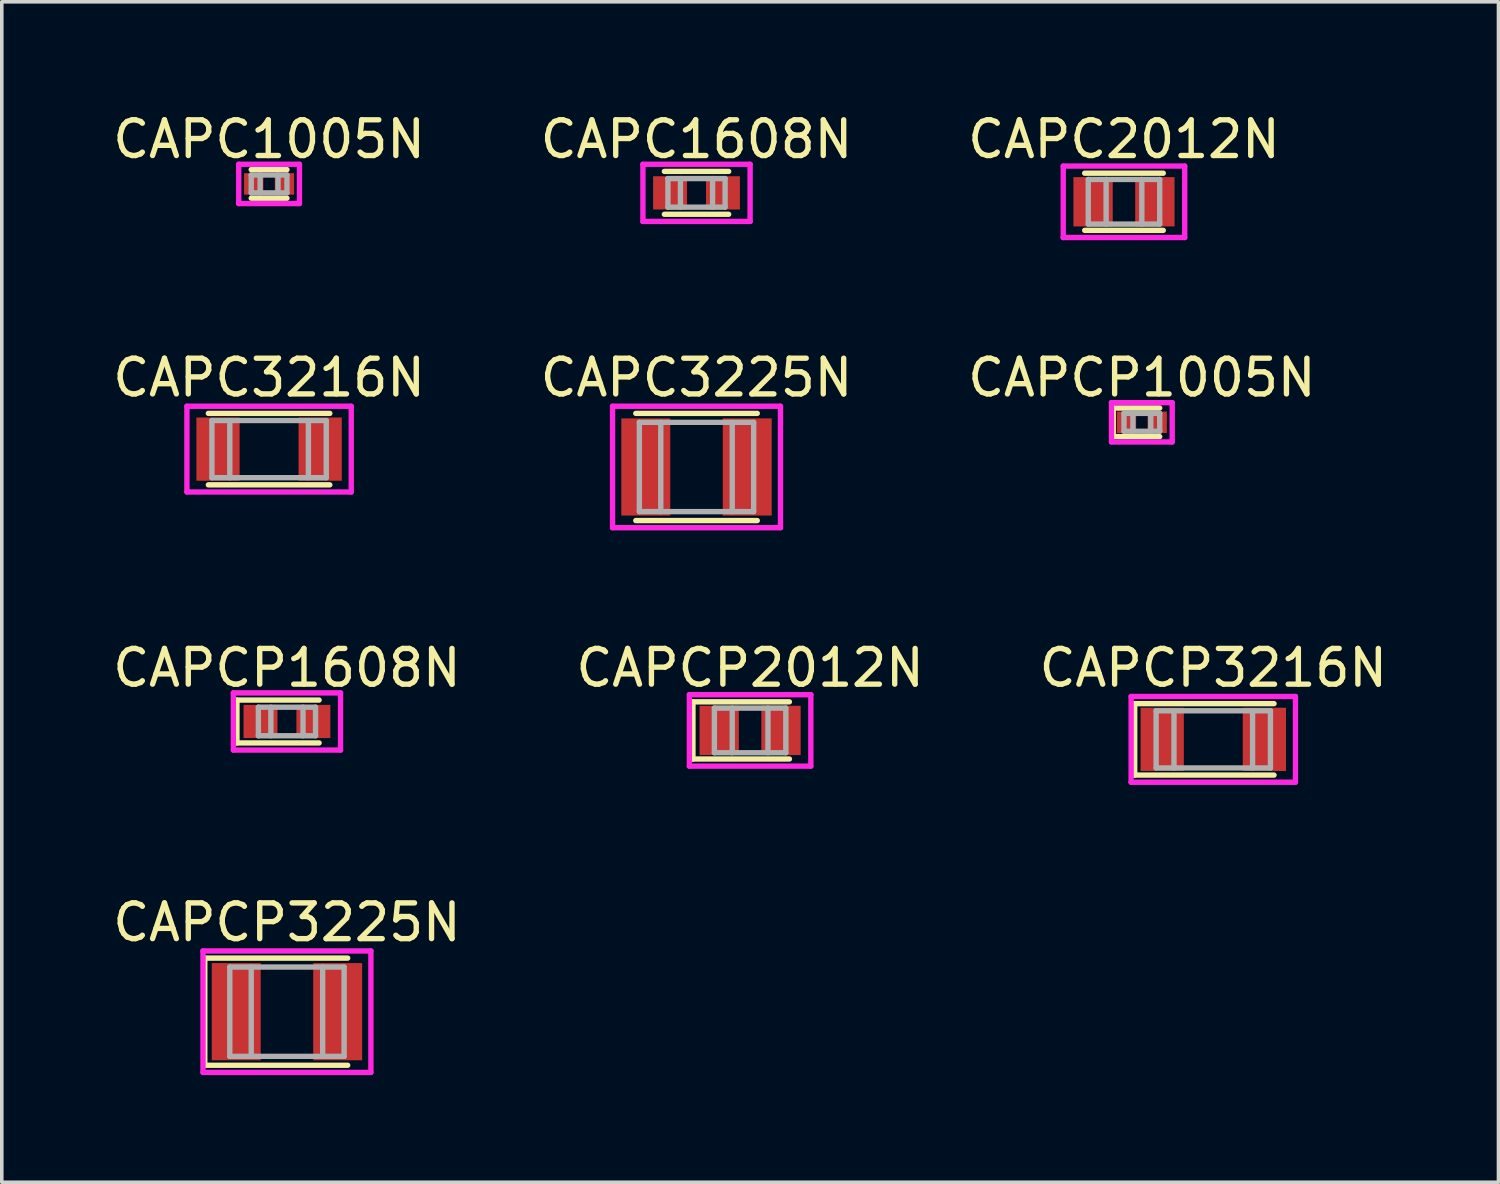
<source format=kicad_pcb>
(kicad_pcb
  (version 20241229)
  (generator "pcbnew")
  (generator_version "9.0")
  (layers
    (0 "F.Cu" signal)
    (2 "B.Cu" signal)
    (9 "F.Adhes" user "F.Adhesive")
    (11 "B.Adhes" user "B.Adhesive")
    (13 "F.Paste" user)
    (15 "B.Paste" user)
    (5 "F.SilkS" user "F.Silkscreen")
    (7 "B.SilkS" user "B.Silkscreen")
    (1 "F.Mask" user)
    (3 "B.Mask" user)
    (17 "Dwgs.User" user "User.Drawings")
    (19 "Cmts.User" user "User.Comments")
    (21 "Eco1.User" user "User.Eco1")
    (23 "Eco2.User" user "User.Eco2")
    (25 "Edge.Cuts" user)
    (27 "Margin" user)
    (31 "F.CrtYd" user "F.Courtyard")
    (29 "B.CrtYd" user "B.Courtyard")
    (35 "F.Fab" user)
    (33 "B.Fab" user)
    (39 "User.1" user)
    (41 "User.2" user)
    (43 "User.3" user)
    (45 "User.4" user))
  (footprint "CAPCP1005N"
    (layer "F.Cu")
    (at 28.911 8.771)
    (property "Reference" "CAPCP1005N" (at 0 -1.25 0) (layer "F.SilkS") (effects (font (size 1 1) (thickness 0.15))))
    (attr through_hole)
    (fp_line (start -0.8 -0.4) (end -0.8 0.4) (stroke (width 0.15) (type solid)) (layer "F.SilkS"))
    (fp_line (start 0.5 -0.4) (end -0.8 -0.4) (stroke (width 0.15) (type solid)) (layer "F.SilkS"))
    (fp_line (start 0.5 0.4) (end -0.8 0.4) (stroke (width 0.15) (type solid)) (layer "F.SilkS"))
    (fp_line (start -0.85 -0.55) (end -0.85 0.55) (stroke (width 0.15) (type solid)) (layer "F.CrtYd"))
    (fp_line (start -0.85 0.55) (end 0.85 0.55) (stroke (width 0.15) (type solid)) (layer "F.CrtYd"))
    (fp_line (start 0.85 -0.55) (end -0.85 -0.55) (stroke (width 0.15) (type solid)) (layer "F.CrtYd"))
    (fp_line (start 0.85 0.55) (end 0.85 -0.55) (stroke (width 0.15) (type solid)) (layer "F.CrtYd"))
    (fp_line (start -0.5 -0.25) (end 0.5 -0.25) (stroke (width 0.15) (type solid)) (layer "F.Fab"))
    (fp_line (start -0.5 0.25) (end -0.5 -0.25) (stroke (width 0.15) (type solid)) (layer "F.Fab"))
    (fp_line (start -0.25 -0.25) (end -0.25 0.25) (stroke (width 0.15) (type solid)) (layer "F.Fab"))
    (fp_line (start 0.25 0.25) (end 0.25 -0.25) (stroke (width 0.15) (type solid)) (layer "F.Fab"))
    (fp_line (start 0.5 -0.25) (end 0.5 0.25) (stroke (width 0.15) (type solid)) (layer "F.Fab"))
    (fp_line (start 0.5 0.25) (end -0.5 0.25) (stroke (width 0.15) (type solid)) (layer "F.Fab"))
    (pad "1" smd rect (at -0.43 0) (size 0.54 0.6) (layers "F.Cu" "F.Mask" "F.Paste"))
    (pad "2" smd rect (at 0.43 0) (size 0.54 0.6) (layers "F.Cu" "F.Mask" "F.Paste")))
  (footprint "CAPC1608N"
    (layer "F.Cu")
    (at 16.446 2.348)
    (property "Reference" "CAPC1608N" (at 0 -1.5 0) (layer "F.SilkS") (effects (font (size 1 1) (thickness 0.15))))
    (attr through_hole)
    (fp_line (start -0.9 -0.6) (end 0.9 -0.6) (stroke (width 0.15) (type solid)) (layer "F.SilkS"))
    (fp_line (start 0.9 0.6) (end -0.9 0.6) (stroke (width 0.15) (type solid)) (layer "F.SilkS"))
    (fp_line (start -1.5 -0.8) (end -1.5 0.8) (stroke (width 0.15) (type solid)) (layer "F.CrtYd"))
    (fp_line (start -1.5 0.8) (end 1.5 0.8) (stroke (width 0.15) (type solid)) (layer "F.CrtYd"))
    (fp_line (start 1.5 -0.8) (end -1.5 -0.8) (stroke (width 0.15) (type solid)) (layer "F.CrtYd"))
    (fp_line (start 1.5 0.8) (end 1.5 -0.8) (stroke (width 0.15) (type solid)) (layer "F.CrtYd"))
    (fp_line (start -0.8 -0.4) (end -0.8 0.4) (stroke (width 0.15) (type solid)) (layer "F.Fab"))
    (fp_line (start -0.8 0.4) (end 0.8 0.4) (stroke (width 0.15) (type solid)) (layer "F.Fab"))
    (fp_line (start -0.45 0.4) (end -0.45 -0.4) (stroke (width 0.15) (type solid)) (layer "F.Fab"))
    (fp_line (start 0.45 -0.4) (end 0.45 0.4) (stroke (width 0.15) (type solid)) (layer "F.Fab"))
    (fp_line (start 0.8 -0.4) (end -0.8 -0.4) (stroke (width 0.15) (type solid)) (layer "F.Fab"))
    (fp_line (start 0.8 0.4) (end 0.8 -0.4) (stroke (width 0.15) (type solid)) (layer "F.Fab"))
    (pad "1" smd rect (at -0.74 0) (size 0.95 0.93) (layers "F.Cu" "F.Mask" "F.Paste"))
    (pad "2" smd rect (at 0.74 0) (size 0.95 0.93) (layers "F.Cu" "F.Mask" "F.Paste")))
  (footprint "CAPCP1608N"
    (layer "F.Cu")
    (at 4.982 17.145)
    (property "Reference" "CAPCP1608N" (at 0 -1.5 0) (layer "F.SilkS") (effects (font (size 1 1) (thickness 0.15))))
    (attr through_hole)
    (fp_line (start -1.4 -0.6) (end -1.4 0.6) (stroke (width 0.15) (type solid)) (layer "F.SilkS"))
    (fp_line (start 0.9 -0.6) (end -1.4 -0.6) (stroke (width 0.15) (type solid)) (layer "F.SilkS"))
    (fp_line (start 0.9 0.6) (end -1.4 0.6) (stroke (width 0.15) (type solid)) (layer "F.SilkS"))
    (fp_line (start -1.5 -0.8) (end -1.5 0.8) (stroke (width 0.15) (type solid)) (layer "F.CrtYd"))
    (fp_line (start -1.5 0.8) (end 1.5 0.8) (stroke (width 0.15) (type solid)) (layer "F.CrtYd"))
    (fp_line (start 1.5 -0.8) (end -1.5 -0.8) (stroke (width 0.15) (type solid)) (layer "F.CrtYd"))
    (fp_line (start 1.5 0.8) (end 1.5 -0.8) (stroke (width 0.15) (type solid)) (layer "F.CrtYd"))
    (fp_line (start -0.8 -0.4) (end -0.8 0.4) (stroke (width 0.15) (type solid)) (layer "F.Fab"))
    (fp_line (start -0.8 0.4) (end 0.8 0.4) (stroke (width 0.15) (type solid)) (layer "F.Fab"))
    (fp_line (start -0.45 0.4) (end -0.45 -0.4) (stroke (width 0.15) (type solid)) (layer "F.Fab"))
    (fp_line (start 0.45 -0.4) (end 0.45 0.4) (stroke (width 0.15) (type solid)) (layer "F.Fab"))
    (fp_line (start 0.8 -0.4) (end -0.8 -0.4) (stroke (width 0.15) (type solid)) (layer "F.Fab"))
    (fp_line (start 0.8 0.4) (end 0.8 -0.4) (stroke (width 0.15) (type solid)) (layer "F.Fab"))
    (pad "1" smd rect (at -0.74 0) (size 0.95 0.93) (layers "F.Cu" "F.Mask" "F.Paste"))
    (pad "2" smd rect (at 0.74 0) (size 0.95 0.93) (layers "F.Cu" "F.Mask" "F.Paste")))
  (footprint "CAPC2012N"
    (layer "F.Cu")
    (at 28.411 2.598)
    (property "Reference" "CAPC2012N" (at 0 -1.75 0) (layer "F.SilkS") (effects (font (size 1 1) (thickness 0.15))))
    (attr through_hole)
    (fp_line (start -1.1 -0.8) (end 1.1 -0.8) (stroke (width 0.15) (type solid)) (layer "F.SilkS"))
    (fp_line (start 1.1 0.8) (end -1.1 0.8) (stroke (width 0.15) (type solid)) (layer "F.SilkS"))
    (fp_line (start -1.7 -1) (end 1.7 -1) (stroke (width 0.15) (type solid)) (layer "F.CrtYd"))
    (fp_line (start -1.7 1) (end -1.7 -1) (stroke (width 0.15) (type solid)) (layer "F.CrtYd"))
    (fp_line (start 1.7 -1) (end 1.7 1) (stroke (width 0.15) (type solid)) (layer "F.CrtYd"))
    (fp_line (start 1.7 1) (end -1.7 1) (stroke (width 0.15) (type solid)) (layer "F.CrtYd"))
    (fp_line (start -1 -0.625) (end 1 -0.625) (stroke (width 0.15) (type solid)) (layer "F.Fab"))
    (fp_line (start -1 0.625) (end -1 -0.625) (stroke (width 0.15) (type solid)) (layer "F.Fab"))
    (fp_line (start -0.5 -0.625) (end -0.5 0.625) (stroke (width 0.15) (type solid)) (layer "F.Fab"))
    (fp_line (start 0.5 0.625) (end 0.5 -0.625) (stroke (width 0.15) (type solid)) (layer "F.Fab"))
    (fp_line (start 1 -0.625) (end 1 0.625) (stroke (width 0.15) (type solid)) (layer "F.Fab"))
    (fp_line (start 1 0.625) (end -1 0.625) (stroke (width 0.15) (type solid)) (layer "F.Fab"))
    (pad "1" smd rect (at -0.865 0) (size 1.1 1.38) (layers "F.Cu" "F.Mask" "F.Paste"))
    (pad "2" smd rect (at 0.865 0) (size 1.1 1.38) (layers "F.Cu" "F.Mask" "F.Paste")))
  (footprint "CAPC3225N"
    (layer "F.Cu")
    (at 16.446 10.021)
    (property "Reference" "CAPC3225N" (at 0 -2.5 0) (layer "F.SilkS") (effects (font (size 1 1) (thickness 0.15))))
    (attr through_hole)
    (fp_line (start -1.7 -1.5) (end 1.7 -1.5) (stroke (width 0.15) (type solid)) (layer "F.SilkS"))
    (fp_line (start 1.7 1.5) (end -1.7 1.5) (stroke (width 0.15) (type solid)) (layer "F.SilkS"))
    (fp_line (start -2.35 -1.7) (end 2.35 -1.7) (stroke (width 0.15) (type solid)) (layer "F.CrtYd"))
    (fp_line (start -2.35 1.7) (end -2.35 -1.7) (stroke (width 0.15) (type solid)) (layer "F.CrtYd"))
    (fp_line (start 2.35 -1.7) (end 2.35 1.7) (stroke (width 0.15) (type solid)) (layer "F.CrtYd"))
    (fp_line (start 2.35 1.7) (end -2.35 1.7) (stroke (width 0.15) (type solid)) (layer "F.CrtYd"))
    (fp_line (start -1.6 -1.25) (end 1.6 -1.25) (stroke (width 0.15) (type solid)) (layer "F.Fab"))
    (fp_line (start -1.6 1.25) (end -1.6 -1.25) (stroke (width 0.15) (type solid)) (layer "F.Fab"))
    (fp_line (start -1 -1.25) (end -1 1.25) (stroke (width 0.15) (type solid)) (layer "F.Fab"))
    (fp_line (start 1 1.25) (end 1 -1.25) (stroke (width 0.15) (type solid)) (layer "F.Fab"))
    (fp_line (start 1.6 -1.25) (end 1.6 1.25) (stroke (width 0.15) (type solid)) (layer "F.Fab"))
    (fp_line (start 1.6 1.25) (end -1.6 1.25) (stroke (width 0.15) (type solid)) (layer "F.Fab"))
    (pad "1" smd rect (at -1.42 0) (size 1.37 2.72) (layers "F.Cu" "F.Mask" "F.Paste"))
    (pad "2" smd rect (at 1.42 0) (size 1.37 2.72) (layers "F.Cu" "F.Mask" "F.Paste")))
  (footprint "CAPC1005N"
    (layer "F.Cu")
    (at 4.482 2.098)
    (property "Reference" "CAPC1005N" (at 0 -1.25 0) (layer "F.SilkS") (effects (font (size 1 1) (thickness 0.15))))
    (attr through_hole)
    (fp_line (start -0.5 -0.4) (end 0.5 -0.4) (stroke (width 0.15) (type solid)) (layer "F.SilkS"))
    (fp_line (start -0.5 0.4) (end 0.5 0.4) (stroke (width 0.15) (type solid)) (layer "F.SilkS"))
    (fp_line (start -0.85 -0.55) (end -0.85 0.55) (stroke (width 0.15) (type solid)) (layer "F.CrtYd"))
    (fp_line (start -0.85 0.55) (end 0.85 0.55) (stroke (width 0.15) (type solid)) (layer "F.CrtYd"))
    (fp_line (start 0.85 -0.55) (end -0.85 -0.55) (stroke (width 0.15) (type solid)) (layer "F.CrtYd"))
    (fp_line (start 0.85 0.55) (end 0.85 -0.55) (stroke (width 0.15) (type solid)) (layer "F.CrtYd"))
    (fp_line (start -0.5 -0.25) (end 0.5 -0.25) (stroke (width 0.15) (type solid)) (layer "F.Fab"))
    (fp_line (start -0.5 0.25) (end -0.5 -0.25) (stroke (width 0.15) (type solid)) (layer "F.Fab"))
    (fp_line (start -0.25 -0.25) (end -0.25 0.25) (stroke (width 0.15) (type solid)) (layer "F.Fab"))
    (fp_line (start 0.25 0.25) (end 0.25 -0.25) (stroke (width 0.15) (type solid)) (layer "F.Fab"))
    (fp_line (start 0.5 -0.25) (end 0.5 0.25) (stroke (width 0.15) (type solid)) (layer "F.Fab"))
    (fp_line (start 0.5 0.25) (end -0.5 0.25) (stroke (width 0.15) (type solid)) (layer "F.Fab"))
    (pad "1" smd rect (at -0.43 0) (size 0.54 0.6) (layers "F.Cu" "F.Mask" "F.Paste"))
    (pad "2" smd rect (at 0.43 0) (size 0.54 0.6) (layers "F.Cu" "F.Mask" "F.Paste")))
  (footprint "CAPC3216N"
    (layer "F.Cu")
    (at 4.482 9.521)
    (property "Reference" "CAPC3216N" (at 0 -2 0) (layer "F.SilkS") (effects (font (size 1 1) (thickness 0.15))))
    (attr through_hole)
    (fp_line (start -1.7 -1) (end 1.7 -1) (stroke (width 0.15) (type solid)) (layer "F.SilkS"))
    (fp_line (start 1.7 1) (end -1.7 1) (stroke (width 0.15) (type solid)) (layer "F.SilkS"))
    (fp_line (start -2.3 -1.2) (end 2.3 -1.2) (stroke (width 0.15) (type solid)) (layer "F.CrtYd"))
    (fp_line (start -2.3 1.2) (end -2.3 -1.2) (stroke (width 0.15) (type solid)) (layer "F.CrtYd"))
    (fp_line (start 2.3 -1.2) (end 2.3 1.2) (stroke (width 0.15) (type solid)) (layer "F.CrtYd"))
    (fp_line (start 2.3 1.2) (end -2.3 1.2) (stroke (width 0.15) (type solid)) (layer "F.CrtYd"))
    (fp_line (start -1.6 -0.8) (end 1.6 -0.8) (stroke (width 0.15) (type solid)) (layer "F.Fab"))
    (fp_line (start -1.6 0.8) (end -1.6 -0.8) (stroke (width 0.15) (type solid)) (layer "F.Fab"))
    (fp_line (start -1.1 -0.8) (end -1.1 0.8) (stroke (width 0.15) (type solid)) (layer "F.Fab"))
    (fp_line (start 1.1 0.8) (end 1.1 -0.8) (stroke (width 0.15) (type solid)) (layer "F.Fab"))
    (fp_line (start 1.6 -0.8) (end 1.6 0.8) (stroke (width 0.15) (type solid)) (layer "F.Fab"))
    (fp_line (start 1.6 0.8) (end -1.6 0.8) (stroke (width 0.15) (type solid)) (layer "F.Fab"))
    (pad "1" smd rect (at -1.43 0) (size 1.21 1.77) (layers "F.Cu" "F.Mask" "F.Paste"))
    (pad "2" smd rect (at 1.43 0) (size 1.21 1.77) (layers "F.Cu" "F.Mask" "F.Paste")))
  (footprint "CAPCP3216N"
    (layer "F.Cu")
    (at 30.911 17.645)
    (property "Reference" "CAPCP3216N" (at 0 -2 0) (layer "F.SilkS") (effects (font (size 1 1) (thickness 0.15))))
    (attr through_hole)
    (fp_line (start -2.2 -1) (end -2.2 1) (stroke (width 0.15) (type solid)) (layer "F.SilkS"))
    (fp_line (start 1.7 -1) (end -2.2 -1) (stroke (width 0.15) (type solid)) (layer "F.SilkS"))
    (fp_line (start 1.7 1) (end -2.2 1) (stroke (width 0.15) (type solid)) (layer "F.SilkS"))
    (fp_line (start -2.3 -1.2) (end 2.3 -1.2) (stroke (width 0.15) (type solid)) (layer "F.CrtYd"))
    (fp_line (start -2.3 1.2) (end -2.3 -1.2) (stroke (width 0.15) (type solid)) (layer "F.CrtYd"))
    (fp_line (start 2.3 -1.2) (end 2.3 1.2) (stroke (width 0.15) (type solid)) (layer "F.CrtYd"))
    (fp_line (start 2.3 1.2) (end -2.3 1.2) (stroke (width 0.15) (type solid)) (layer "F.CrtYd"))
    (fp_line (start -1.6 -0.8) (end 1.6 -0.8) (stroke (width 0.15) (type solid)) (layer "F.Fab"))
    (fp_line (start -1.6 0.8) (end -1.6 -0.8) (stroke (width 0.15) (type solid)) (layer "F.Fab"))
    (fp_line (start -1.1 -0.8) (end -1.1 0.8) (stroke (width 0.15) (type solid)) (layer "F.Fab"))
    (fp_line (start 1.1 0.8) (end 1.1 -0.8) (stroke (width 0.15) (type solid)) (layer "F.Fab"))
    (fp_line (start 1.6 -0.8) (end 1.6 0.8) (stroke (width 0.15) (type solid)) (layer "F.Fab"))
    (fp_line (start 1.6 0.8) (end -1.6 0.8) (stroke (width 0.15) (type solid)) (layer "F.Fab"))
    (pad "1" smd rect (at -1.43 0) (size 1.21 1.77) (layers "F.Cu" "F.Mask" "F.Paste"))
    (pad "2" smd rect (at 1.43 0) (size 1.21 1.77) (layers "F.Cu" "F.Mask" "F.Paste")))
  (footprint "CAPCP3225N"
    (layer "F.Cu")
    (at 4.982 25.268)
    (property "Reference" "CAPCP3225N" (at 0 -2.5 0) (layer "F.SilkS") (effects (font (size 1 1) (thickness 0.15))))
    (attr through_hole)
    (fp_line (start -2.3 -1.5) (end -2.3 1.5) (stroke (width 0.15) (type solid)) (layer "F.SilkS"))
    (fp_line (start 1.7 -1.5) (end -2.3 -1.5) (stroke (width 0.15) (type solid)) (layer "F.SilkS"))
    (fp_line (start 1.7 1.5) (end -2.3 1.5) (stroke (width 0.15) (type solid)) (layer "F.SilkS"))
    (fp_line (start -2.35 -1.7) (end 2.35 -1.7) (stroke (width 0.15) (type solid)) (layer "F.CrtYd"))
    (fp_line (start -2.35 1.7) (end -2.35 -1.7) (stroke (width 0.15) (type solid)) (layer "F.CrtYd"))
    (fp_line (start 2.35 -1.7) (end 2.35 1.7) (stroke (width 0.15) (type solid)) (layer "F.CrtYd"))
    (fp_line (start 2.35 1.7) (end -2.35 1.7) (stroke (width 0.15) (type solid)) (layer "F.CrtYd"))
    (fp_line (start -1.6 -1.25) (end 1.6 -1.25) (stroke (width 0.15) (type solid)) (layer "F.Fab"))
    (fp_line (start -1.6 1.25) (end -1.6 -1.25) (stroke (width 0.15) (type solid)) (layer "F.Fab"))
    (fp_line (start -1 -1.25) (end -1 1.25) (stroke (width 0.15) (type solid)) (layer "F.Fab"))
    (fp_line (start 1 1.25) (end 1 -1.25) (stroke (width 0.15) (type solid)) (layer "F.Fab"))
    (fp_line (start 1.6 -1.25) (end 1.6 1.25) (stroke (width 0.15) (type solid)) (layer "F.Fab"))
    (fp_line (start 1.6 1.25) (end -1.6 1.25) (stroke (width 0.15) (type solid)) (layer "F.Fab"))
    (pad "1" smd rect (at -1.42 0) (size 1.37 2.72) (layers "F.Cu" "F.Mask" "F.Paste"))
    (pad "2" smd rect (at 1.42 0) (size 1.37 2.72) (layers "F.Cu" "F.Mask" "F.Paste")))
  (footprint "CAPCP2012N"
    (layer "F.Cu")
    (at 17.946 17.395)
    (property "Reference" "CAPCP2012N" (at 0 -1.75 0) (layer "F.SilkS") (effects (font (size 1 1) (thickness 0.15))))
    (attr through_hole)
    (fp_line (start -1.6 -0.8) (end -1.6 0.8) (stroke (width 0.15) (type solid)) (layer "F.SilkS"))
    (fp_line (start 1.1 -0.8) (end -1.6 -0.8) (stroke (width 0.15) (type solid)) (layer "F.SilkS"))
    (fp_line (start 1.1 0.8) (end -1.6 0.8) (stroke (width 0.15) (type solid)) (layer "F.SilkS"))
    (fp_line (start -1.7 -1) (end 1.7 -1) (stroke (width 0.15) (type solid)) (layer "F.CrtYd"))
    (fp_line (start -1.7 1) (end -1.7 -1) (stroke (width 0.15) (type solid)) (layer "F.CrtYd"))
    (fp_line (start 1.7 -1) (end 1.7 1) (stroke (width 0.15) (type solid)) (layer "F.CrtYd"))
    (fp_line (start 1.7 1) (end -1.7 1) (stroke (width 0.15) (type solid)) (layer "F.CrtYd"))
    (fp_line (start -1 -0.625) (end 1 -0.625) (stroke (width 0.15) (type solid)) (layer "F.Fab"))
    (fp_line (start -1 0.625) (end -1 -0.625) (stroke (width 0.15) (type solid)) (layer "F.Fab"))
    (fp_line (start -0.5 -0.625) (end -0.5 0.625) (stroke (width 0.15) (type solid)) (layer "F.Fab"))
    (fp_line (start 0.5 0.625) (end 0.5 -0.625) (stroke (width 0.15) (type solid)) (layer "F.Fab"))
    (fp_line (start 1 -0.625) (end 1 0.625) (stroke (width 0.15) (type solid)) (layer "F.Fab"))
    (fp_line (start 1 0.625) (end -1 0.625) (stroke (width 0.15) (type solid)) (layer "F.Fab"))
    (pad "1" smd rect (at -0.865 0) (size 1.1 1.38) (layers "F.Cu" "F.Mask" "F.Paste"))
    (pad "2" smd rect (at 0.865 0) (size 1.1 1.38) (layers "F.Cu" "F.Mask" "F.Paste")))
  (gr_rect
    (start -3 -3)
    (end 38.893 30.043)
    (stroke (width 0.1) (type default))
    (fill no)
    (layer "Edge.Cuts")))
</source>
